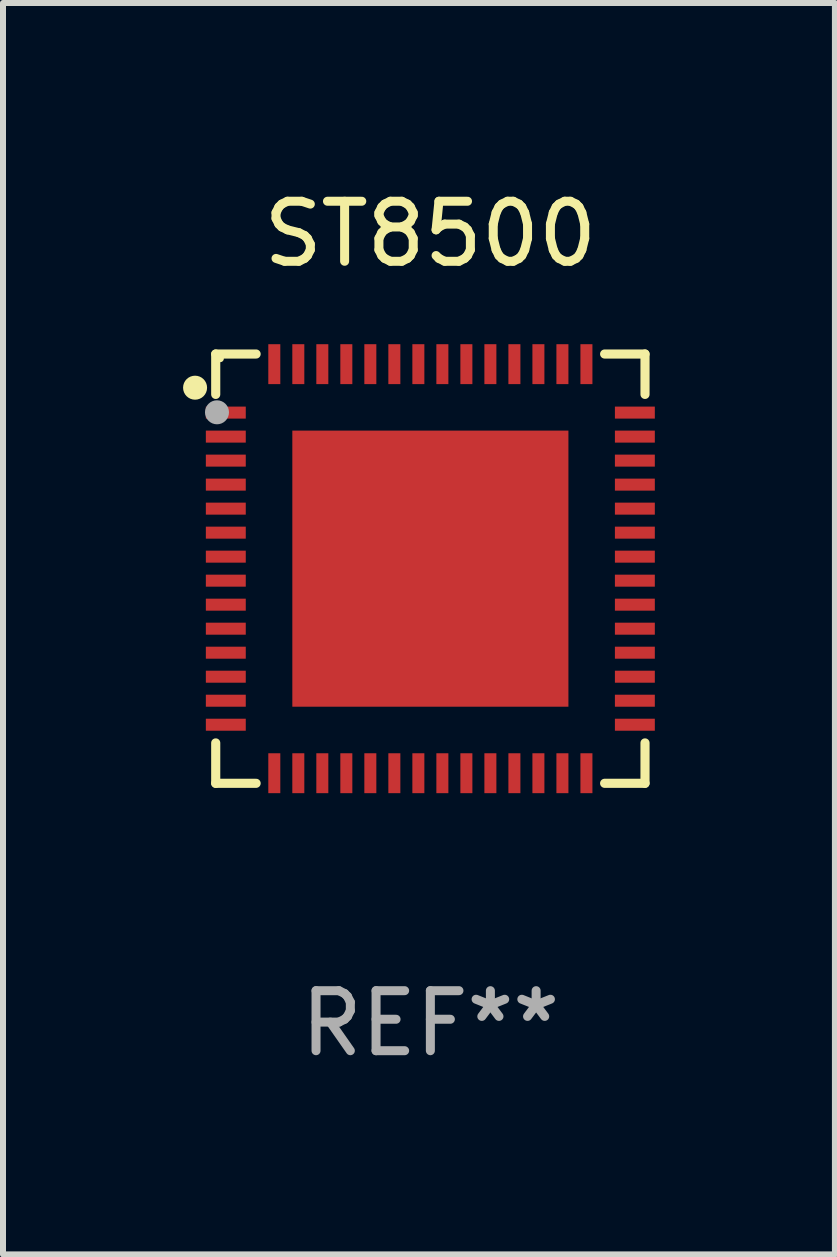
<source format=kicad_pcb>
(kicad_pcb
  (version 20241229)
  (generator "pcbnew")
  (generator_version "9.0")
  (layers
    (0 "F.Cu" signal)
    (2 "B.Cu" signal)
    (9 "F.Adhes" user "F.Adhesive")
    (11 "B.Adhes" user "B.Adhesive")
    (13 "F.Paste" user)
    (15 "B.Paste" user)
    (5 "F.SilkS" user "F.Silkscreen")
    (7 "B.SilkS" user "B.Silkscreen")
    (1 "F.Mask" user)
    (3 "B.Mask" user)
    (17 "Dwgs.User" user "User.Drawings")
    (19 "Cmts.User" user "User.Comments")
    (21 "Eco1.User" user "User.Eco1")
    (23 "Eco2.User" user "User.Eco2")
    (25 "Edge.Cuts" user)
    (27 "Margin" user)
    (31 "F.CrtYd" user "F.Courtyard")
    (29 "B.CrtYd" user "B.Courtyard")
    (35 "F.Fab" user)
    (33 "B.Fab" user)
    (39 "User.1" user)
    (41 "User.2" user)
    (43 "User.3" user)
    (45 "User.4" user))
  (footprint "ST8500"
    (layer "F.Cu")
    (at 4.12 6.424)
    (property "Reference" "ST8500" (at 0 -5.576 0) (layer "F.SilkS") (effects (font (size 1 1) (thickness 0.15))))
    (attr through_hole)
    (fp_line (start -3.576 -3.576) (end -3.576 -2.903) (stroke (width 0.152) (type solid)) (layer "F.SilkS"))
    (fp_line (start -3.576 3.576) (end -3.576 2.903) (stroke (width 0.152) (type solid)) (layer "F.SilkS"))
    (fp_line (start -2.903 -3.576) (end -3.576 -3.576) (stroke (width 0.152) (type solid)) (layer "F.SilkS"))
    (fp_line (start -2.903 3.576) (end -3.576 3.576) (stroke (width 0.152) (type solid)) (layer "F.SilkS"))
    (fp_line (start 2.903 -3.576) (end 3.576 -3.576) (stroke (width 0.152) (type solid)) (layer "F.SilkS"))
    (fp_line (start 2.903 3.576) (end 3.576 3.576) (stroke (width 0.152) (type solid)) (layer "F.SilkS"))
    (fp_line (start 3.576 -3.576) (end 3.576 -2.903) (stroke (width 0.152) (type solid)) (layer "F.SilkS"))
    (fp_line (start 3.576 3.576) (end 3.576 2.903) (stroke (width 0.152) (type solid)) (layer "F.SilkS"))
    (fp_circle (center -3.92 -3.015) (end -3.82 -3.015) (stroke (width 0.2) (type solid)) (fill no) (layer "F.SilkS"))
    (fp_circle (center -3.5 -3.5) (end -3.47 -3.5) (stroke (width 0.06) (type solid)) (fill no) (layer "F.SilkS"))
    (fp_circle (center -3.555 -2.605) (end -3.455 -2.605) (stroke (width 0.2) (type solid)) (fill no) (layer "F.Fab"))
    (fp_text user "REF**" (at 0 7.576 0) (layer "F.Fab") (effects (font (size 1 1) (thickness 0.15))))
    (pad "1" smd rect (at -3.408 -2.6) (size 0.665 0.2) (layers "F.Cu" "F.Mask" "F.Paste"))
    (pad "2" smd rect (at -3.408 -2.2) (size 0.665 0.2) (layers "F.Cu" "F.Mask" "F.Paste"))
    (pad "3" smd rect (at -3.408 -1.8) (size 0.665 0.2) (layers "F.Cu" "F.Mask" "F.Paste"))
    (pad "4" smd rect (at -3.408 -1.4) (size 0.665 0.2) (layers "F.Cu" "F.Mask" "F.Paste"))
    (pad "5" smd rect (at -3.408 -1) (size 0.665 0.2) (layers "F.Cu" "F.Mask" "F.Paste"))
    (pad "6" smd rect (at -3.408 -0.6) (size 0.665 0.2) (layers "F.Cu" "F.Mask" "F.Paste"))
    (pad "7" smd rect (at -3.408 -0.2) (size 0.665 0.2) (layers "F.Cu" "F.Mask" "F.Paste"))
    (pad "8" smd rect (at -3.408 0.2) (size 0.665 0.2) (layers "F.Cu" "F.Mask" "F.Paste"))
    (pad "9" smd rect (at -3.408 0.6) (size 0.665 0.2) (layers "F.Cu" "F.Mask" "F.Paste"))
    (pad "10" smd rect (at -3.408 1) (size 0.665 0.2) (layers "F.Cu" "F.Mask" "F.Paste"))
    (pad "11" smd rect (at -3.408 1.4) (size 0.665 0.2) (layers "F.Cu" "F.Mask" "F.Paste"))
    (pad "12" smd rect (at -3.408 1.8) (size 0.665 0.2) (layers "F.Cu" "F.Mask" "F.Paste"))
    (pad "13" smd rect (at -3.408 2.2) (size 0.665 0.2) (layers "F.Cu" "F.Mask" "F.Paste"))
    (pad "14" smd rect (at -3.408 2.6) (size 0.665 0.2) (layers "F.Cu" "F.Mask" "F.Paste"))
    (pad "15" smd rect (at -2.6 3.408) (size 0.2 0.665) (layers "F.Cu" "F.Mask" "F.Paste"))
    (pad "16" smd rect (at -2.2 3.408) (size 0.2 0.665) (layers "F.Cu" "F.Mask" "F.Paste"))
    (pad "17" smd rect (at -1.8 3.408) (size 0.2 0.665) (layers "F.Cu" "F.Mask" "F.Paste"))
    (pad "18" smd rect (at -1.4 3.408) (size 0.2 0.665) (layers "F.Cu" "F.Mask" "F.Paste"))
    (pad "19" smd rect (at -1 3.408) (size 0.2 0.665) (layers "F.Cu" "F.Mask" "F.Paste"))
    (pad "20" smd rect (at -0.6 3.408) (size 0.2 0.665) (layers "F.Cu" "F.Mask" "F.Paste"))
    (pad "21" smd rect (at -0.2 3.408) (size 0.2 0.665) (layers "F.Cu" "F.Mask" "F.Paste"))
    (pad "22" smd rect (at 0.2 3.408) (size 0.2 0.665) (layers "F.Cu" "F.Mask" "F.Paste"))
    (pad "23" smd rect (at 0.6 3.408) (size 0.2 0.665) (layers "F.Cu" "F.Mask" "F.Paste"))
    (pad "24" smd rect (at 1 3.408) (size 0.2 0.665) (layers "F.Cu" "F.Mask" "F.Paste"))
    (pad "25" smd rect (at 1.4 3.408) (size 0.2 0.665) (layers "F.Cu" "F.Mask" "F.Paste"))
    (pad "26" smd rect (at 1.8 3.408) (size 0.2 0.665) (layers "F.Cu" "F.Mask" "F.Paste"))
    (pad "27" smd rect (at 2.2 3.408) (size 0.2 0.665) (layers "F.Cu" "F.Mask" "F.Paste"))
    (pad "28" smd rect (at 2.6 3.408) (size 0.2 0.665) (layers "F.Cu" "F.Mask" "F.Paste"))
    (pad "29" smd rect (at 3.407 2.6) (size 0.665 0.2) (layers "F.Cu" "F.Mask" "F.Paste"))
    (pad "30" smd rect (at 3.407 2.2) (size 0.665 0.2) (layers "F.Cu" "F.Mask" "F.Paste"))
    (pad "31" smd rect (at 3.407 1.8) (size 0.665 0.2) (layers "F.Cu" "F.Mask" "F.Paste"))
    (pad "32" smd rect (at 3.407 1.4) (size 0.665 0.2) (layers "F.Cu" "F.Mask" "F.Paste"))
    (pad "33" smd rect (at 3.407 1) (size 0.665 0.2) (layers "F.Cu" "F.Mask" "F.Paste"))
    (pad "34" smd rect (at 3.407 0.6) (size 0.665 0.2) (layers "F.Cu" "F.Mask" "F.Paste"))
    (pad "35" smd rect (at 3.407 0.2) (size 0.665 0.2) (layers "F.Cu" "F.Mask" "F.Paste"))
    (pad "36" smd rect (at 3.407 -0.2) (size 0.665 0.2) (layers "F.Cu" "F.Mask" "F.Paste"))
    (pad "37" smd rect (at 3.407 -0.6) (size 0.665 0.2) (layers "F.Cu" "F.Mask" "F.Paste"))
    (pad "38" smd rect (at 3.407 -1) (size 0.665 0.2) (layers "F.Cu" "F.Mask" "F.Paste"))
    (pad "39" smd rect (at 3.407 -1.4) (size 0.665 0.2) (layers "F.Cu" "F.Mask" "F.Paste"))
    (pad "40" smd rect (at 3.407 -1.8) (size 0.665 0.2) (layers "F.Cu" "F.Mask" "F.Paste"))
    (pad "41" smd rect (at 3.407 -2.2) (size 0.665 0.2) (layers "F.Cu" "F.Mask" "F.Paste"))
    (pad "42" smd rect (at 3.407 -2.6) (size 0.665 0.2) (layers "F.Cu" "F.Mask" "F.Paste"))
    (pad "43" smd rect (at 2.6 -3.407) (size 0.2 0.665) (layers "F.Cu" "F.Mask" "F.Paste"))
    (pad "44" smd rect (at 2.2 -3.407) (size 0.2 0.665) (layers "F.Cu" "F.Mask" "F.Paste"))
    (pad "45" smd rect (at 1.8 -3.407) (size 0.2 0.665) (layers "F.Cu" "F.Mask" "F.Paste"))
    (pad "46" smd rect (at 1.4 -3.407) (size 0.2 0.665) (layers "F.Cu" "F.Mask" "F.Paste"))
    (pad "47" smd rect (at 1 -3.407) (size 0.2 0.665) (layers "F.Cu" "F.Mask" "F.Paste"))
    (pad "48" smd rect (at 0.6 -3.407) (size 0.2 0.665) (layers "F.Cu" "F.Mask" "F.Paste"))
    (pad "49" smd rect (at 0.2 -3.407) (size 0.2 0.665) (layers "F.Cu" "F.Mask" "F.Paste"))
    (pad "50" smd rect (at -0.2 -3.407) (size 0.2 0.665) (layers "F.Cu" "F.Mask" "F.Paste"))
    (pad "51" smd rect (at -0.6 -3.407) (size 0.2 0.665) (layers "F.Cu" "F.Mask" "F.Paste"))
    (pad "52" smd rect (at -1 -3.407) (size 0.2 0.665) (layers "F.Cu" "F.Mask" "F.Paste"))
    (pad "53" smd rect (at -1.4 -3.407) (size 0.2 0.665) (layers "F.Cu" "F.Mask" "F.Paste"))
    (pad "54" smd rect (at -1.8 -3.407) (size 0.2 0.665) (layers "F.Cu" "F.Mask" "F.Paste"))
    (pad "55" smd rect (at -2.2 -3.407) (size 0.2 0.665) (layers "F.Cu" "F.Mask" "F.Paste"))
    (pad "56" smd rect (at -2.6 -3.407) (size 0.2 0.665) (layers "F.Cu" "F.Mask" "F.Paste"))
    (pad "57" smd rect (at 0.000051 -0.000051) (size 4.6 4.6) (layers "F.Cu" "F.Mask" "F.Paste")))
  (gr_rect
    (start -3 -3)
    (end 10.86 17.849)
    (stroke (width 0.1) (type default))
    (fill no)
    (layer "Edge.Cuts")))
</source>
